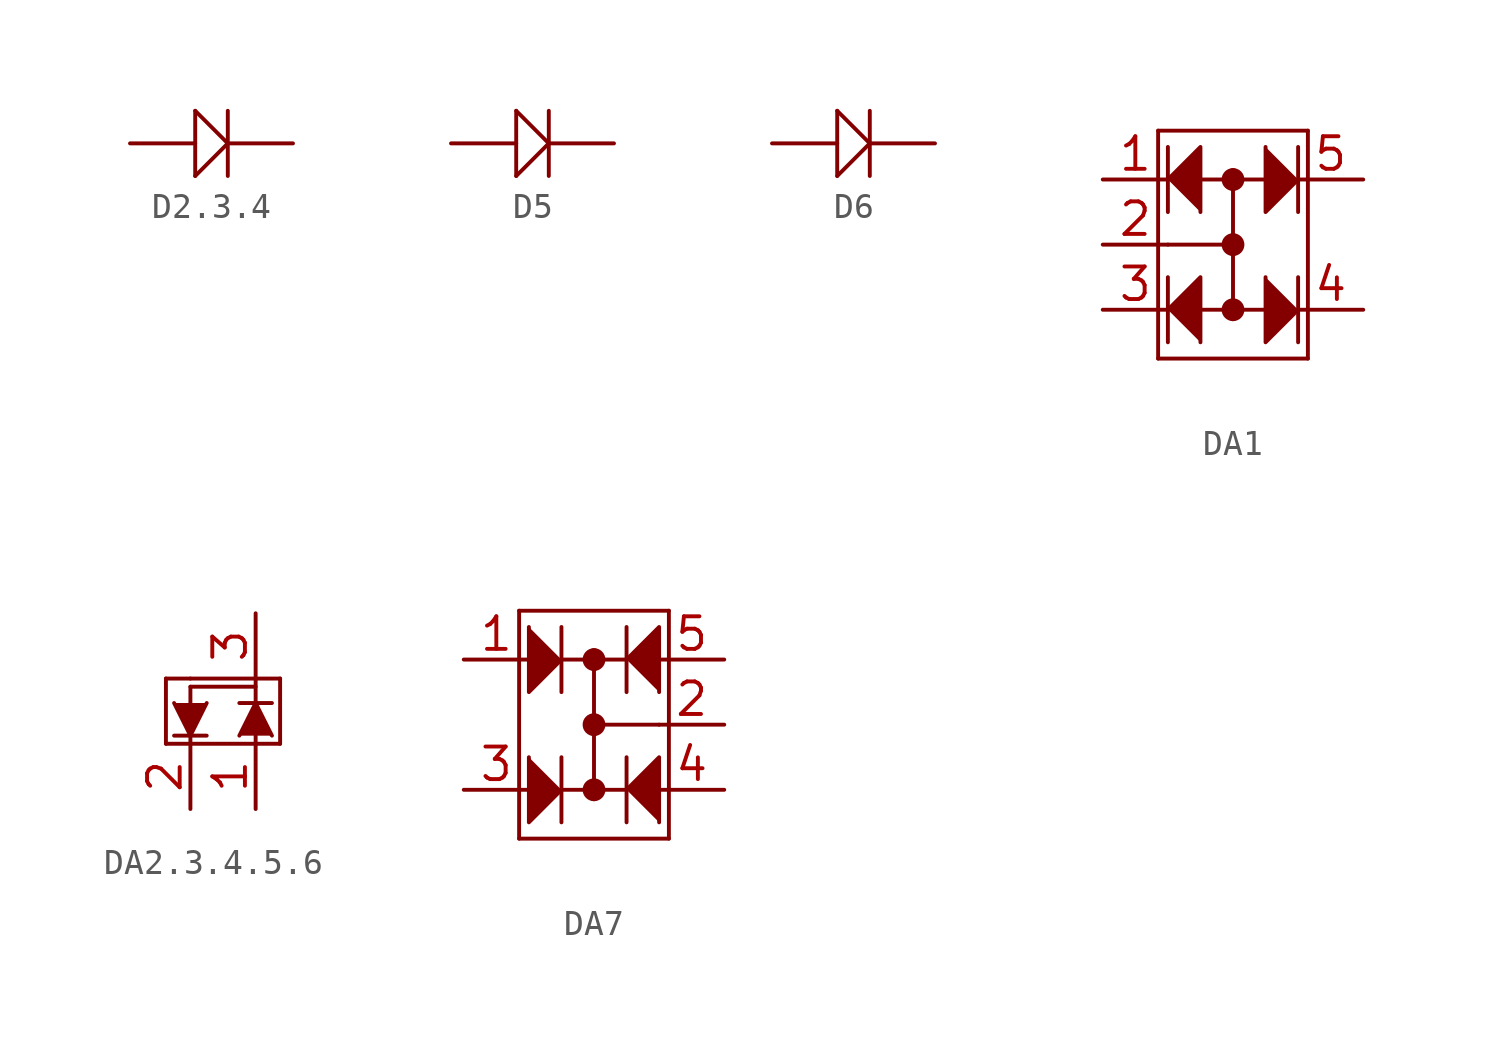
<source format=kicad_sym>
(kicad_symbol_lib
  (version 20231120)
  (generator "kicad_symbol_editor")
  (generator_version "8.0")
  (symbol "D2.3.4"
    (property "Reference" ""
      (at -0.351 1.567 0)
      (effects (font (size 1.016 0.864)) (justify left bottom) (hide yes)))
    (property "ki_locked" ""
      (at 0 0 0)
      (effects (font (size 1.27 1.27))))
    (symbol "D2.3.4_1_0"
      (polyline (pts (xy 0 -1.27) (xy 1.27 0)) (stroke (width 0.152) (type solid)) (fill (type none)))
      (polyline (pts (xy 0 1.27) (xy 0 -1.27)) (stroke (width 0.152) (type solid)) (fill (type none)))
      (polyline (pts (xy 1.27 0) (xy 0 1.27)) (stroke (width 0.152) (type solid)) (fill (type none)))
      (polyline (pts (xy 1.27 1.27) (xy 1.27 -1.27)) (stroke (width 0.152) (type solid)) (fill (type none)))
      (pin bidirectional line (at -2.54 0 0) (length 2.54) (name "A" (effects (font (size 0 0)))) (number "A" (effects (font (size 0 0)))))
      (pin bidirectional line (at 3.81 0 180) (length 2.54) (name "C" (effects (font (size 0 0)))) (number "C" (effects (font (size 0 0)))))))
  (symbol "D5"
    (property "Reference" ""
      (at -0.351 1.567 0)
      (effects (font (size 1.016 0.864)) (justify left bottom) (hide yes)))
    (property "ki_locked" ""
      (at 0 0 0)
      (effects (font (size 1.27 1.27))))
    (symbol "D5_1_0"
      (polyline (pts (xy 0 -1.27) (xy 1.27 0)) (stroke (width 0.152) (type solid)) (fill (type none)))
      (polyline (pts (xy 0 1.27) (xy 0 -1.27)) (stroke (width 0.152) (type solid)) (fill (type none)))
      (polyline (pts (xy 1.27 0) (xy 0 1.27)) (stroke (width 0.152) (type solid)) (fill (type none)))
      (polyline (pts (xy 1.27 1.27) (xy 1.27 -1.27)) (stroke (width 0.152) (type solid)) (fill (type none)))
      (pin bidirectional line (at -2.54 0 0) (length 2.54) (name "A" (effects (font (size 0 0)))) (number "A" (effects (font (size 0 0)))))
      (pin bidirectional line (at 3.81 0 180) (length 2.54) (name "C" (effects (font (size 0 0)))) (number "C" (effects (font (size 0 0)))))))
  (symbol "D6"
    (property "Reference" ""
      (at -0.351 1.567 0)
      (effects (font (size 1.016 0.864)) (justify left bottom) (hide yes)))
    (property "ki_locked" ""
      (at 0 0 0)
      (effects (font (size 1.27 1.27))))
    (symbol "D6_1_0"
      (polyline (pts (xy 0 -1.27) (xy 1.27 0)) (stroke (width 0.152) (type solid)) (fill (type none)))
      (polyline (pts (xy 0 1.27) (xy 0 -1.27)) (stroke (width 0.152) (type solid)) (fill (type none)))
      (polyline (pts (xy 1.27 0) (xy 0 1.27)) (stroke (width 0.152) (type solid)) (fill (type none)))
      (polyline (pts (xy 1.27 1.27) (xy 1.27 -1.27)) (stroke (width 0.152) (type solid)) (fill (type none)))
      (pin bidirectional line (at -2.54 0 0) (length 2.54) (name "A" (effects (font (size 0 0)))) (number "A" (effects (font (size 0 0)))))
      (pin bidirectional line (at 3.81 0 180) (length 2.54) (name "C" (effects (font (size 0 0)))) (number "C" (effects (font (size 0 0)))))))
  (symbol "DA1"
    (property "Reference" ""
      (at -2.872 4.495 0)
      (effects (font (size 1.27 1.079)) (justify left bottom) (hide yes)))
    (property "Value" ""
      (at -3.039 -5.797 0)
      (effects (font (size 1.27 1.079)) (justify left bottom)))
    (property "ki_locked" ""
      (at 0 0 0)
      (effects (font (size 1.27 1.27))))
    (symbol "DA1_1_0"
      (arc (start 0 -2.794) (mid 0.254 -2.54) (end 0 -2.286) (stroke (width 0.381) (type solid)) (fill (type none)))
      (arc (start 0 -2.286) (mid -0.254 -2.54) (end 0 -2.794) (stroke (width 0.381) (type solid)) (fill (type none)))
      (arc (start 0 -0.254) (mid 0.254 0) (end 0 0.254) (stroke (width 0.381) (type solid)) (fill (type none)))
      (polyline (pts (xy -2.921 -4.445) (xy 2.921 -4.445)) (stroke (width 0.152) (type solid)) (fill (type none)))
      (polyline (pts (xy -2.921 4.445) (xy -2.921 -4.445)) (stroke (width 0.152) (type solid)) (fill (type none)))
      (polyline (pts (xy -2.54 -1.27) (xy -2.54 -3.81)) (stroke (width 0.152) (type solid)) (fill (type none)))
      (polyline (pts (xy -2.54 0) (xy 0 0)) (stroke (width 0.152) (type solid)) (fill (type none)))
      (polyline (pts (xy -2.54 3.81) (xy -2.54 1.27)) (stroke (width 0.152) (type solid)) (fill (type none)))
      (polyline (pts (xy -1.27 -2.54) (xy 0 -2.54)) (stroke (width 0.152) (type solid)) (fill (type none)))
      (polyline (pts (xy -1.27 2.54) (xy 0 2.54)) (stroke (width 0.152) (type solid)) (fill (type none)))
      (polyline (pts (xy 0 -2.54) (xy 0 -2.794)) (stroke (width 0.152) (type solid)) (fill (type none)))
      (polyline (pts (xy 0 -2.54) (xy 1.27 -2.54)) (stroke (width 0.152) (type solid)) (fill (type none)))
      (polyline (pts (xy 0 0) (xy 0 -2.54)) (stroke (width 0.152) (type solid)) (fill (type none)))
      (polyline (pts (xy 0 0) (xy 0 -0.254)) (stroke (width 0.152) (type solid)) (fill (type none)))
      (polyline (pts (xy 0 2.54) (xy 0 0)) (stroke (width 0.152) (type solid)) (fill (type none)))
      (polyline (pts (xy 0 2.54) (xy 0 2.286)) (stroke (width 0.152) (type solid)) (fill (type none)))
      (polyline (pts (xy 0 2.54) (xy 1.27 2.54)) (stroke (width 0.152) (type solid)) (fill (type none)))
      (polyline (pts (xy 2.54 -3.81) (xy 2.54 -1.27)) (stroke (width 0.152) (type solid)) (fill (type none)))
      (polyline (pts (xy 2.54 1.27) (xy 2.54 3.81)) (stroke (width 0.152) (type solid)) (fill (type none)))
      (polyline (pts (xy 2.921 -4.445) (xy 2.921 4.445)) (stroke (width 0.152) (type solid)) (fill (type none)))
      (polyline (pts (xy 2.921 4.445) (xy -2.921 4.445)) (stroke (width 0.152) (type solid)) (fill (type none)))
      (polyline (pts (xy -1.27 -3.81) (xy -1.27 -1.27) (xy -2.54 -2.54)) (stroke (width 0.152) (type solid)) (fill (type outline)))
      (polyline (pts (xy -1.27 1.27) (xy -1.27 3.81) (xy -2.54 2.54)) (stroke (width 0.152) (type solid)) (fill (type outline)))
      (polyline (pts (xy 1.27 -1.27) (xy 1.27 -3.81) (xy 2.54 -2.54)) (stroke (width 0.152) (type solid)) (fill (type outline)))
      (polyline (pts (xy 1.27 3.81) (xy 1.27 1.27) (xy 2.54 2.54)) (stroke (width 0.152) (type solid)) (fill (type outline)))
      (arc (start 0 0.254) (mid -0.254 0) (end 0 -0.254) (stroke (width 0.381) (type solid)) (fill (type none)))
      (arc (start 0 2.286) (mid 0.254 2.54) (end 0 2.794) (stroke (width 0.381) (type solid)) (fill (type none)))
      (arc (start 0 2.794) (mid -0.254 2.54) (end 0 2.286) (stroke (width 0.381) (type solid)) (fill (type none)))
      (pin bidirectional line (at -5.08 2.54 0) (length 2.54) (name "P$1" (effects (font (size 0 0)))) (number "1" (effects (font (size 1.27 1.27)))))
      (pin bidirectional line (at -5.08 0 0) (length 2.54) (name "P$2" (effects (font (size 0 0)))) (number "2" (effects (font (size 1.27 1.27)))))
      (pin bidirectional line (at -5.08 -2.54 0) (length 2.54) (name "P$3" (effects (font (size 0 0)))) (number "3" (effects (font (size 1.27 1.27)))))
      (pin bidirectional line (at 5.08 -2.54 180) (length 2.54) (name "P$4" (effects (font (size 0 0)))) (number "4" (effects (font (size 1.27 1.27)))))
      (pin bidirectional line (at 5.08 2.54 180) (length 2.54) (name "P$5" (effects (font (size 0 0)))) (number "5" (effects (font (size 1.27 1.27)))))))
  (symbol "DA2.3.4.5.6"
    (property "Reference" ""
      (at 0.874 0.097 0)
      (effects (font (size 1.422 1.209)) (justify left bottom) (hide yes)))
    (property "ki_locked" ""
      (at 0 0 0)
      (effects (font (size 1.27 1.27))))
    (symbol "DA2.3.4.5.6_1_0"
      (polyline (pts (xy -0.953 -2.54) (xy 0 -2.54)) (stroke (width 0.152) (type solid)) (fill (type none)))
      (polyline (pts (xy -0.953 0) (xy -0.953 -2.54)) (stroke (width 0.152) (type solid)) (fill (type none)))
      (polyline (pts (xy -0.635 -2.223) (xy 0 -2.223)) (stroke (width 0.152) (type solid)) (fill (type none)))
      (polyline (pts (xy 0 -2.54) (xy 0 -2.223)) (stroke (width 0.152) (type solid)) (fill (type none)))
      (polyline (pts (xy 0 -2.54) (xy 2.54 -2.54)) (stroke (width 0.152) (type solid)) (fill (type none)))
      (polyline (pts (xy 0 -2.223) (xy 0.635 -2.223)) (stroke (width 0.152) (type solid)) (fill (type none)))
      (polyline (pts (xy 0 -0.953) (xy 0 -0.318)) (stroke (width 0.152) (type solid)) (fill (type none)))
      (polyline (pts (xy 0 -0.318) (xy 2.54 -0.318)) (stroke (width 0.152) (type solid)) (fill (type none)))
      (polyline (pts (xy 0 0) (xy -0.953 0)) (stroke (width 0.152) (type solid)) (fill (type none)))
      (polyline (pts (xy 2.54 -2.54) (xy 3.493 -2.54)) (stroke (width 0.152) (type solid)) (fill (type none)))
      (polyline (pts (xy 2.54 -2.223) (xy 2.54 -2.54)) (stroke (width 0.152) (type solid)) (fill (type none)))
      (polyline (pts (xy 2.54 -0.953) (xy 1.905 -0.953)) (stroke (width 0.152) (type solid)) (fill (type none)))
      (polyline (pts (xy 2.54 0) (xy 0 0)) (stroke (width 0.152) (type solid)) (fill (type none)))
      (polyline (pts (xy 2.54 0) (xy 2.54 -0.953)) (stroke (width 0.152) (type solid)) (fill (type none)))
      (polyline (pts (xy 3.175 -0.953) (xy 2.54 -0.953)) (stroke (width 0.152) (type solid)) (fill (type none)))
      (polyline (pts (xy 3.493 -2.54) (xy 3.493 0)) (stroke (width 0.152) (type solid)) (fill (type none)))
      (polyline (pts (xy 3.493 0) (xy 2.54 0)) (stroke (width 0.152) (type solid)) (fill (type none)))
      (polyline (pts (xy -0.635 -0.953) (xy 0 -2.223) (xy 0.635 -0.953)) (stroke (width 0.152) (type solid)) (fill (type outline)))
      (polyline (pts (xy 3.175 -2.223) (xy 2.54 -0.953) (xy 1.905 -2.223)) (stroke (width 0.152) (type solid)) (fill (type outline)))
      (pin bidirectional line (at 2.54 -5.08 90) (length 2.54) (name "P$1" (effects (font (size 0 0)))) (number "1" (effects (font (size 1.27 1.27)))))
      (pin bidirectional line (at 0 -5.08 90) (length 2.54) (name "P$2" (effects (font (size 0 0)))) (number "2" (effects (font (size 1.27 1.27)))))
      (pin bidirectional line (at 2.54 2.54 270) (length 2.54) (name "P$3" (effects (font (size 0 0)))) (number "3" (effects (font (size 1.27 1.27)))))))
  (symbol "DA7"
    (property "Reference" ""
      (at -2.898 4.561 0)
      (effects (font (size 1.27 1.079)) (justify left bottom) (hide yes)))
    (property "Value" ""
      (at -3.011 -5.793 0)
      (effects (font (size 1.27 1.079)) (justify left bottom)))
    (property "ki_locked" ""
      (at 0 0 0)
      (effects (font (size 1.27 1.27))))
    (symbol "DA7_1_0"
      (arc (start 0 -2.794) (mid 0.254 -2.54) (end 0 -2.286) (stroke (width 0.381) (type solid)) (fill (type none)))
      (arc (start 0 -2.286) (mid -0.254 -2.54) (end 0 -2.794) (stroke (width 0.381) (type solid)) (fill (type none)))
      (arc (start 0 -0.254) (mid 0.254 0) (end 0 0.254) (stroke (width 0.381) (type solid)) (fill (type none)))
      (polyline (pts (xy -2.921 -4.445) (xy 2.921 -4.445)) (stroke (width 0.152) (type solid)) (fill (type none)))
      (polyline (pts (xy -2.921 4.445) (xy -2.921 -4.445)) (stroke (width 0.152) (type solid)) (fill (type none)))
      (polyline (pts (xy -2.921 4.445) (xy 2.921 4.445)) (stroke (width 0.152) (type solid)) (fill (type none)))
      (polyline (pts (xy -1.27 -3.81) (xy -1.27 -2.54)) (stroke (width 0.152) (type solid)) (fill (type none)))
      (polyline (pts (xy -1.27 -2.54) (xy -1.27 -1.27)) (stroke (width 0.152) (type solid)) (fill (type none)))
      (polyline (pts (xy -1.27 -2.54) (xy 1.27 -2.54)) (stroke (width 0.152) (type solid)) (fill (type none)))
      (polyline (pts (xy -1.27 1.27) (xy -1.27 2.54)) (stroke (width 0.152) (type solid)) (fill (type none)))
      (polyline (pts (xy -1.27 2.54) (xy -1.27 3.81)) (stroke (width 0.152) (type solid)) (fill (type none)))
      (polyline (pts (xy 0 -2.54) (xy 0 -2.794)) (stroke (width 0.152) (type solid)) (fill (type none)))
      (polyline (pts (xy 0 0) (xy 0 -2.54)) (stroke (width 0.152) (type solid)) (fill (type none)))
      (polyline (pts (xy 0 0) (xy 0 -0.254)) (stroke (width 0.152) (type solid)) (fill (type none)))
      (polyline (pts (xy 0 0) (xy 2.54 0)) (stroke (width 0.152) (type solid)) (fill (type none)))
      (polyline (pts (xy 0 2.54) (xy 0 0)) (stroke (width 0.152) (type solid)) (fill (type none)))
      (polyline (pts (xy 0 2.54) (xy 0 2.286)) (stroke (width 0.152) (type solid)) (fill (type none)))
      (polyline (pts (xy 1.27 -2.54) (xy 1.27 -3.81)) (stroke (width 0.152) (type solid)) (fill (type none)))
      (polyline (pts (xy 1.27 -1.27) (xy 1.27 -2.54)) (stroke (width 0.152) (type solid)) (fill (type none)))
      (polyline (pts (xy 1.27 2.54) (xy -1.27 2.54)) (stroke (width 0.152) (type solid)) (fill (type none)))
      (polyline (pts (xy 1.27 2.54) (xy 1.27 1.27)) (stroke (width 0.152) (type solid)) (fill (type none)))
      (polyline (pts (xy 1.27 3.81) (xy 1.27 2.54)) (stroke (width 0.152) (type solid)) (fill (type none)))
      (polyline (pts (xy 2.921 -4.445) (xy 2.921 4.445)) (stroke (width 0.152) (type solid)) (fill (type none)))
      (polyline (pts (xy -2.54 -1.27) (xy -2.54 -3.81) (xy -1.27 -2.54)) (stroke (width 0.152) (type solid)) (fill (type outline)))
      (polyline (pts (xy -2.54 3.81) (xy -2.54 1.27) (xy -1.27 2.54)) (stroke (width 0.152) (type solid)) (fill (type outline)))
      (polyline (pts (xy 2.54 -3.81) (xy 2.54 -1.27) (xy 1.27 -2.54)) (stroke (width 0.152) (type solid)) (fill (type outline)))
      (polyline (pts (xy 2.54 1.27) (xy 2.54 3.81) (xy 1.27 2.54)) (stroke (width 0.152) (type solid)) (fill (type outline)))
      (arc (start 0 0.254) (mid -0.254 0) (end 0 -0.254) (stroke (width 0.381) (type solid)) (fill (type none)))
      (arc (start 0 2.286) (mid 0.254 2.54) (end 0 2.794) (stroke (width 0.381) (type solid)) (fill (type none)))
      (arc (start 0 2.794) (mid -0.254 2.54) (end 0 2.286) (stroke (width 0.381) (type solid)) (fill (type none)))
      (pin bidirectional line (at -5.08 2.54 0) (length 2.54) (name "P$1" (effects (font (size 0 0)))) (number "1" (effects (font (size 1.27 1.27)))))
      (pin bidirectional line (at 5.08 0 180) (length 2.54) (name "P$2" (effects (font (size 0 0)))) (number "2" (effects (font (size 1.27 1.27)))))
      (pin bidirectional line (at -5.08 -2.54 0) (length 2.54) (name "P$3" (effects (font (size 0 0)))) (number "3" (effects (font (size 1.27 1.27)))))
      (pin bidirectional line (at 5.08 -2.54 180) (length 2.54) (name "P$4" (effects (font (size 0 0)))) (number "4" (effects (font (size 1.27 1.27)))))
      (pin bidirectional line (at 5.08 2.54 180) (length 2.54) (name "P$5" (effects (font (size 0 0)))) (number "5" (effects (font (size 1.27 1.27))))))))
</source>
